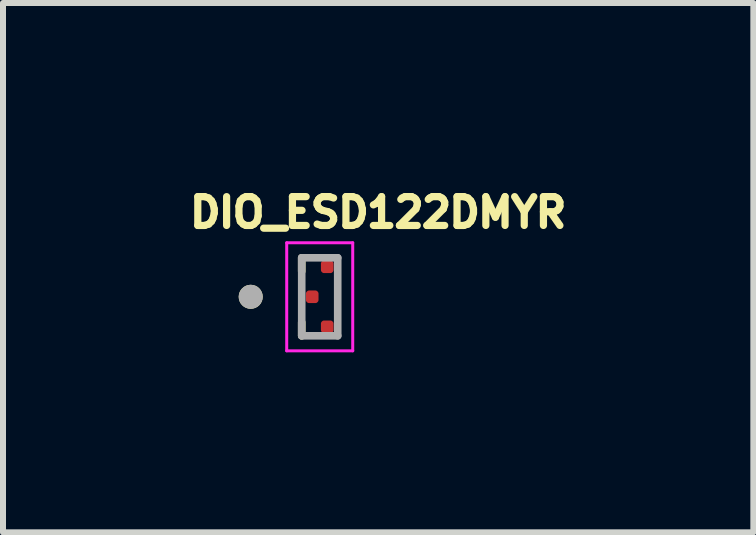
<source format=kicad_pcb>
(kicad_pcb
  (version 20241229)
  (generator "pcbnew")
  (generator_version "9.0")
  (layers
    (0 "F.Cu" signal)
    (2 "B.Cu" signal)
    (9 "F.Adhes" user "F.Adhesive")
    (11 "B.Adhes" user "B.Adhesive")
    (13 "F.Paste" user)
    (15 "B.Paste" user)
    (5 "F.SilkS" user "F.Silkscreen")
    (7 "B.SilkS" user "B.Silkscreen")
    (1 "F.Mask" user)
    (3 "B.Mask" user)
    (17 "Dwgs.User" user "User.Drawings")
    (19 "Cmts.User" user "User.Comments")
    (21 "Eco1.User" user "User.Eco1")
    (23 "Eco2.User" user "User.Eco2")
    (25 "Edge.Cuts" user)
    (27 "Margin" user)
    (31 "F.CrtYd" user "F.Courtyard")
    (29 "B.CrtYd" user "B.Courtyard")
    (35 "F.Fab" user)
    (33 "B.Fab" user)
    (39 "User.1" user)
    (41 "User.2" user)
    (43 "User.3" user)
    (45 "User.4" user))
  (footprint "DIO_ESD122DMYR"
    (layer "F.Cu")
    (at 2.278 1.896)
    (property "Reference" "DIO_ESD122DMYR" (at 0.974 -1.405 0) (layer "F.SilkS") (effects (font (size 0.48 0.48) (thickness 0.12))))
    (attr smd)
    (fp_poly (pts (xy -0.1 0.05) (xy -0.15 0.05) (xy -0.151 0.05) (xy -0.153 0.05) (xy -0.154 0.05) (xy -0.155 0.049) (xy -0.156 0.049) (xy -0.158 0.049) (xy -0.159 0.048) (xy -0.16 0.048) (xy -0.161 0.047) (xy -0.162 0.047) (xy -0.164 0.046) (xy -0.165 0.045) (xy -0.166 0.044) (xy -0.167 0.044) (xy -0.168 0.043) (xy -0.169 0.042) (xy -0.169 0.041) (xy -0.17 0.04) (xy -0.171 0.039) (xy -0.172 0.038) (xy -0.172 0.036) (xy -0.173 0.035) (xy -0.173 0.034) (xy -0.174 0.033) (xy -0.174 0.031) (xy -0.174 0.03) (xy -0.175 0.029) (xy -0.175 0.028) (xy -0.175 0.026) (xy -0.175 0.025) (xy -0.175 -0.025) (xy -0.175 -0.026) (xy -0.175 -0.028) (xy -0.175 -0.029) (xy -0.174 -0.03) (xy -0.174 -0.031) (xy -0.174 -0.033) (xy -0.173 -0.034) (xy -0.173 -0.035) (xy -0.172 -0.036) (xy -0.172 -0.038) (xy -0.171 -0.039) (xy -0.17 -0.04) (xy -0.169 -0.041) (xy -0.169 -0.042) (xy -0.168 -0.043) (xy -0.167 -0.044) (xy -0.166 -0.044) (xy -0.165 -0.045) (xy -0.164 -0.046) (xy -0.162 -0.047) (xy -0.161 -0.047) (xy -0.16 -0.048) (xy -0.159 -0.048) (xy -0.158 -0.049) (xy -0.156 -0.049) (xy -0.155 -0.049) (xy -0.154 -0.05) (xy -0.153 -0.05) (xy -0.151 -0.05) (xy -0.15 -0.05) (xy -0.1 -0.05) (xy -0.099 -0.05) (xy -0.097 -0.05) (xy -0.096 -0.05) (xy -0.095 -0.049) (xy -0.094 -0.049) (xy -0.092 -0.049) (xy -0.091 -0.048) (xy -0.09 -0.048) (xy -0.089 -0.047) (xy -0.087 -0.047) (xy -0.086 -0.046) (xy -0.085 -0.045) (xy -0.084 -0.044) (xy -0.083 -0.044) (xy -0.082 -0.043) (xy -0.081 -0.042) (xy -0.081 -0.041) (xy -0.08 -0.04) (xy -0.079 -0.039) (xy -0.078 -0.037) (xy -0.078 -0.036) (xy -0.077 -0.035) (xy -0.077 -0.034) (xy -0.076 -0.033) (xy -0.076 -0.031) (xy -0.076 -0.03) (xy -0.075 -0.029) (xy -0.075 -0.028) (xy -0.075 -0.026) (xy -0.075 -0.025) (xy -0.075 0.025) (xy -0.075 0.026) (xy -0.075 0.028) (xy -0.075 0.029) (xy -0.076 0.03) (xy -0.076 0.031) (xy -0.076 0.033) (xy -0.077 0.034) (xy -0.077 0.035) (xy -0.078 0.036) (xy -0.078 0.037) (xy -0.079 0.039) (xy -0.08 0.04) (xy -0.081 0.041) (xy -0.081 0.042) (xy -0.082 0.043) (xy -0.083 0.044) (xy -0.084 0.044) (xy -0.085 0.045) (xy -0.086 0.046) (xy -0.087 0.047) (xy -0.089 0.047) (xy -0.09 0.048) (xy -0.091 0.048) (xy -0.092 0.049) (xy -0.094 0.049) (xy -0.095 0.049) (xy -0.096 0.05) (xy -0.097 0.05) (xy -0.099 0.05) (xy -0.1 0.05)) (stroke (width 0.01) (type solid)) (fill yes) (layer "F.Mask"))
    (fp_poly (pts (xy 0.15 -0.45) (xy 0.1 -0.45) (xy 0.099 -0.45) (xy 0.097 -0.45) (xy 0.096 -0.45) (xy 0.095 -0.451) (xy 0.094 -0.451) (xy 0.092 -0.451) (xy 0.091 -0.452) (xy 0.09 -0.452) (xy 0.089 -0.453) (xy 0.087 -0.453) (xy 0.086 -0.454) (xy 0.085 -0.455) (xy 0.084 -0.456) (xy 0.083 -0.456) (xy 0.082 -0.457) (xy 0.081 -0.458) (xy 0.081 -0.459) (xy 0.08 -0.46) (xy 0.079 -0.461) (xy 0.078 -0.463) (xy 0.078 -0.464) (xy 0.077 -0.465) (xy 0.077 -0.466) (xy 0.076 -0.467) (xy 0.076 -0.469) (xy 0.076 -0.47) (xy 0.075 -0.471) (xy 0.075 -0.472) (xy 0.075 -0.474) (xy 0.075 -0.475) (xy 0.075 -0.525) (xy 0.075 -0.526) (xy 0.075 -0.528) (xy 0.075 -0.529) (xy 0.076 -0.53) (xy 0.076 -0.531) (xy 0.076 -0.533) (xy 0.077 -0.534) (xy 0.077 -0.535) (xy 0.078 -0.536) (xy 0.078 -0.538) (xy 0.079 -0.539) (xy 0.08 -0.54) (xy 0.081 -0.541) (xy 0.081 -0.542) (xy 0.082 -0.543) (xy 0.083 -0.544) (xy 0.084 -0.544) (xy 0.085 -0.545) (xy 0.086 -0.546) (xy 0.088 -0.547) (xy 0.089 -0.547) (xy 0.09 -0.548) (xy 0.091 -0.548) (xy 0.092 -0.549) (xy 0.094 -0.549) (xy 0.095 -0.549) (xy 0.096 -0.55) (xy 0.097 -0.55) (xy 0.099 -0.55) (xy 0.1 -0.55) (xy 0.15 -0.55) (xy 0.151 -0.55) (xy 0.153 -0.55) (xy 0.154 -0.55) (xy 0.155 -0.549) (xy 0.156 -0.549) (xy 0.158 -0.549) (xy 0.159 -0.548) (xy 0.16 -0.548) (xy 0.161 -0.547) (xy 0.162 -0.547) (xy 0.164 -0.546) (xy 0.165 -0.545) (xy 0.166 -0.544) (xy 0.167 -0.544) (xy 0.168 -0.543) (xy 0.169 -0.542) (xy 0.169 -0.541) (xy 0.17 -0.54) (xy 0.171 -0.539) (xy 0.172 -0.538) (xy 0.172 -0.536) (xy 0.173 -0.535) (xy 0.173 -0.534) (xy 0.174 -0.533) (xy 0.174 -0.531) (xy 0.174 -0.53) (xy 0.175 -0.529) (xy 0.175 -0.528) (xy 0.175 -0.526) (xy 0.175 -0.525) (xy 0.175 -0.475) (xy 0.175 -0.474) (xy 0.175 -0.472) (xy 0.175 -0.471) (xy 0.174 -0.47) (xy 0.174 -0.469) (xy 0.174 -0.467) (xy 0.173 -0.466) (xy 0.173 -0.465) (xy 0.172 -0.464) (xy 0.172 -0.463) (xy 0.171 -0.461) (xy 0.17 -0.46) (xy 0.169 -0.459) (xy 0.169 -0.458) (xy 0.168 -0.457) (xy 0.167 -0.456) (xy 0.166 -0.456) (xy 0.165 -0.455) (xy 0.164 -0.454) (xy 0.162 -0.453) (xy 0.161 -0.453) (xy 0.16 -0.452) (xy 0.159 -0.452) (xy 0.158 -0.451) (xy 0.156 -0.451) (xy 0.155 -0.451) (xy 0.154 -0.45) (xy 0.153 -0.45) (xy 0.151 -0.45) (xy 0.15 -0.45)) (stroke (width 0.01) (type solid)) (fill yes) (layer "F.Mask"))
    (fp_poly (pts (xy 0.15 0.55) (xy 0.1 0.55) (xy 0.099 0.55) (xy 0.097 0.55) (xy 0.096 0.55) (xy 0.095 0.549) (xy 0.094 0.549) (xy 0.092 0.549) (xy 0.091 0.548) (xy 0.09 0.548) (xy 0.089 0.547) (xy 0.087 0.547) (xy 0.086 0.546) (xy 0.085 0.545) (xy 0.084 0.544) (xy 0.083 0.544) (xy 0.082 0.543) (xy 0.081 0.542) (xy 0.081 0.541) (xy 0.08 0.54) (xy 0.079 0.539) (xy 0.078 0.538) (xy 0.078 0.536) (xy 0.077 0.535) (xy 0.077 0.534) (xy 0.076 0.533) (xy 0.076 0.531) (xy 0.076 0.53) (xy 0.075 0.529) (xy 0.075 0.528) (xy 0.075 0.526) (xy 0.075 0.525) (xy 0.075 0.475) (xy 0.075 0.474) (xy 0.075 0.472) (xy 0.075 0.471) (xy 0.076 0.47) (xy 0.076 0.469) (xy 0.076 0.467) (xy 0.077 0.466) (xy 0.077 0.465) (xy 0.078 0.464) (xy 0.078 0.463) (xy 0.079 0.461) (xy 0.08 0.46) (xy 0.081 0.459) (xy 0.081 0.458) (xy 0.082 0.457) (xy 0.083 0.456) (xy 0.084 0.456) (xy 0.085 0.455) (xy 0.086 0.454) (xy 0.087 0.453) (xy 0.089 0.453) (xy 0.09 0.452) (xy 0.091 0.452) (xy 0.092 0.451) (xy 0.094 0.451) (xy 0.095 0.451) (xy 0.096 0.45) (xy 0.097 0.45) (xy 0.099 0.45) (xy 0.1 0.45) (xy 0.15 0.45) (xy 0.151 0.45) (xy 0.153 0.45) (xy 0.154 0.45) (xy 0.155 0.451) (xy 0.156 0.451) (xy 0.158 0.451) (xy 0.159 0.452) (xy 0.16 0.452) (xy 0.161 0.453) (xy 0.162 0.453) (xy 0.164 0.454) (xy 0.165 0.455) (xy 0.166 0.456) (xy 0.167 0.456) (xy 0.168 0.457) (xy 0.169 0.458) (xy 0.169 0.459) (xy 0.17 0.46) (xy 0.171 0.461) (xy 0.172 0.463) (xy 0.172 0.464) (xy 0.173 0.465) (xy 0.173 0.466) (xy 0.174 0.467) (xy 0.174 0.469) (xy 0.174 0.47) (xy 0.175 0.471) (xy 0.175 0.472) (xy 0.175 0.474) (xy 0.175 0.475) (xy 0.175 0.525) (xy 0.175 0.526) (xy 0.175 0.528) (xy 0.175 0.529) (xy 0.174 0.53) (xy 0.174 0.531) (xy 0.174 0.533) (xy 0.173 0.534) (xy 0.173 0.535) (xy 0.172 0.536) (xy 0.172 0.538) (xy 0.171 0.539) (xy 0.17 0.54) (xy 0.169 0.541) (xy 0.169 0.542) (xy 0.168 0.543) (xy 0.167 0.544) (xy 0.166 0.544) (xy 0.165 0.545) (xy 0.164 0.546) (xy 0.162 0.547) (xy 0.161 0.547) (xy 0.16 0.548) (xy 0.159 0.548) (xy 0.158 0.549) (xy 0.156 0.549) (xy 0.155 0.549) (xy 0.154 0.55) (xy 0.153 0.55) (xy 0.151 0.55) (xy 0.15 0.55)) (stroke (width 0.01) (type solid)) (fill yes) (layer "F.Mask"))
    (fp_line (start -0.3 -0.425) (end -0.3 -0.65) (stroke (width 0.127) (type solid)) (layer "F.SilkS"))
    (fp_line (start -0.3 0.65) (end -0.3 0.425) (stroke (width 0.127) (type solid)) (layer "F.SilkS"))
    (fp_circle (center -1.15 0) (end -1.05 0) (stroke (width 0.2) (type solid)) (fill no) (layer "F.SilkS"))
    (fp_poly (pts (xy -0.07 0.105) (xy -0.18 0.105) (xy -0.183 0.105) (xy -0.185 0.105) (xy -0.188 0.104) (xy -0.19 0.104) (xy -0.193 0.103) (xy -0.195 0.103) (xy -0.198 0.102) (xy -0.2 0.101) (xy -0.203 0.1) (xy -0.205 0.098) (xy -0.207 0.097) (xy -0.209 0.095) (xy -0.211 0.094) (xy -0.213 0.092) (xy -0.215 0.09) (xy -0.217 0.088) (xy -0.219 0.086) (xy -0.22 0.084) (xy -0.222 0.082) (xy -0.223 0.08) (xy -0.225 0.078) (xy -0.226 0.075) (xy -0.227 0.073) (xy -0.228 0.07) (xy -0.228 0.068) (xy -0.229 0.065) (xy -0.229 0.063) (xy -0.23 0.06) (xy -0.23 0.058) (xy -0.23 0.055) (xy -0.23 -0.055) (xy -0.23 -0.058) (xy -0.23 -0.06) (xy -0.229 -0.063) (xy -0.229 -0.065) (xy -0.228 -0.068) (xy -0.228 -0.07) (xy -0.227 -0.073) (xy -0.226 -0.075) (xy -0.225 -0.078) (xy -0.223 -0.08) (xy -0.222 -0.082) (xy -0.22 -0.084) (xy -0.219 -0.086) (xy -0.217 -0.088) (xy -0.215 -0.09) (xy -0.213 -0.092) (xy -0.211 -0.094) (xy -0.209 -0.095) (xy -0.207 -0.097) (xy -0.205 -0.098) (xy -0.203 -0.1) (xy -0.2 -0.101) (xy -0.198 -0.102) (xy -0.195 -0.103) (xy -0.193 -0.103) (xy -0.19 -0.104) (xy -0.188 -0.104) (xy -0.185 -0.105) (xy -0.183 -0.105) (xy -0.18 -0.105) (xy -0.07 -0.105) (xy -0.067 -0.105) (xy -0.065 -0.105) (xy -0.062 -0.104) (xy -0.06 -0.104) (xy -0.057 -0.103) (xy -0.055 -0.103) (xy -0.052 -0.102) (xy -0.05 -0.101) (xy -0.047 -0.1) (xy -0.045 -0.098) (xy -0.043 -0.097) (xy -0.041 -0.095) (xy -0.039 -0.094) (xy -0.037 -0.092) (xy -0.035 -0.09) (xy -0.033 -0.088) (xy -0.031 -0.086) (xy -0.03 -0.084) (xy -0.028 -0.082) (xy -0.027 -0.08) (xy -0.025 -0.078) (xy -0.024 -0.075) (xy -0.023 -0.073) (xy -0.022 -0.07) (xy -0.022 -0.068) (xy -0.021 -0.065) (xy -0.021 -0.063) (xy -0.02 -0.06) (xy -0.02 -0.058) (xy -0.02 -0.055) (xy -0.02 0.055) (xy -0.02 0.058) (xy -0.02 0.06) (xy -0.021 0.063) (xy -0.021 0.065) (xy -0.022 0.068) (xy -0.022 0.07) (xy -0.023 0.073) (xy -0.024 0.075) (xy -0.025 0.078) (xy -0.027 0.08) (xy -0.028 0.082) (xy -0.03 0.084) (xy -0.031 0.086) (xy -0.033 0.088) (xy -0.035 0.09) (xy -0.037 0.092) (xy -0.039 0.094) (xy -0.041 0.095) (xy -0.043 0.097) (xy -0.045 0.098) (xy -0.047 0.1) (xy -0.05 0.101) (xy -0.052 0.102) (xy -0.055 0.103) (xy -0.057 0.103) (xy -0.06 0.104) (xy -0.062 0.104) (xy -0.065 0.105) (xy -0.067 0.105) (xy -0.07 0.105)) (stroke (width 0.01) (type solid)) (fill yes) (layer "F.Paste"))
    (fp_poly (pts (xy 0.18 -0.395) (xy 0.07 -0.395) (xy 0.067 -0.395) (xy 0.065 -0.395) (xy 0.062 -0.396) (xy 0.06 -0.396) (xy 0.057 -0.397) (xy 0.055 -0.397) (xy 0.052 -0.398) (xy 0.05 -0.399) (xy 0.047 -0.4) (xy 0.045 -0.402) (xy 0.043 -0.403) (xy 0.041 -0.405) (xy 0.039 -0.406) (xy 0.037 -0.408) (xy 0.035 -0.41) (xy 0.033 -0.412) (xy 0.031 -0.414) (xy 0.03 -0.416) (xy 0.028 -0.418) (xy 0.027 -0.42) (xy 0.025 -0.422) (xy 0.024 -0.425) (xy 0.023 -0.427) (xy 0.022 -0.43) (xy 0.022 -0.432) (xy 0.021 -0.435) (xy 0.021 -0.437) (xy 0.02 -0.44) (xy 0.02 -0.442) (xy 0.02 -0.445) (xy 0.02 -0.555) (xy 0.02 -0.558) (xy 0.02 -0.56) (xy 0.021 -0.563) (xy 0.021 -0.565) (xy 0.022 -0.568) (xy 0.022 -0.57) (xy 0.023 -0.573) (xy 0.024 -0.575) (xy 0.025 -0.578) (xy 0.027 -0.58) (xy 0.028 -0.582) (xy 0.03 -0.584) (xy 0.031 -0.586) (xy 0.033 -0.588) (xy 0.035 -0.59) (xy 0.037 -0.592) (xy 0.039 -0.594) (xy 0.041 -0.595) (xy 0.043 -0.597) (xy 0.045 -0.598) (xy 0.047 -0.6) (xy 0.05 -0.601) (xy 0.052 -0.602) (xy 0.055 -0.603) (xy 0.057 -0.603) (xy 0.06 -0.604) (xy 0.062 -0.604) (xy 0.065 -0.605) (xy 0.067 -0.605) (xy 0.07 -0.605) (xy 0.18 -0.605) (xy 0.183 -0.605) (xy 0.185 -0.605) (xy 0.188 -0.604) (xy 0.19 -0.604) (xy 0.193 -0.603) (xy 0.195 -0.603) (xy 0.198 -0.602) (xy 0.2 -0.601) (xy 0.203 -0.6) (xy 0.205 -0.598) (xy 0.207 -0.597) (xy 0.209 -0.595) (xy 0.211 -0.594) (xy 0.213 -0.592) (xy 0.215 -0.59) (xy 0.217 -0.588) (xy 0.219 -0.586) (xy 0.22 -0.584) (xy 0.222 -0.582) (xy 0.223 -0.58) (xy 0.225 -0.578) (xy 0.226 -0.575) (xy 0.227 -0.573) (xy 0.228 -0.57) (xy 0.228 -0.568) (xy 0.229 -0.565) (xy 0.229 -0.563) (xy 0.23 -0.56) (xy 0.23 -0.558) (xy 0.23 -0.555) (xy 0.23 -0.445) (xy 0.23 -0.442) (xy 0.23 -0.44) (xy 0.229 -0.437) (xy 0.229 -0.435) (xy 0.228 -0.432) (xy 0.228 -0.43) (xy 0.227 -0.427) (xy 0.226 -0.425) (xy 0.225 -0.422) (xy 0.223 -0.42) (xy 0.222 -0.418) (xy 0.22 -0.416) (xy 0.219 -0.414) (xy 0.217 -0.412) (xy 0.215 -0.41) (xy 0.213 -0.408) (xy 0.211 -0.406) (xy 0.209 -0.405) (xy 0.207 -0.403) (xy 0.205 -0.402) (xy 0.203 -0.4) (xy 0.2 -0.399) (xy 0.198 -0.398) (xy 0.195 -0.397) (xy 0.193 -0.397) (xy 0.19 -0.396) (xy 0.188 -0.396) (xy 0.185 -0.395) (xy 0.183 -0.395) (xy 0.18 -0.395)) (stroke (width 0.01) (type solid)) (fill yes) (layer "F.Paste"))
    (fp_poly (pts (xy 0.18 0.605) (xy 0.07 0.605) (xy 0.067 0.605) (xy 0.065 0.605) (xy 0.062 0.604) (xy 0.06 0.604) (xy 0.057 0.603) (xy 0.055 0.603) (xy 0.052 0.602) (xy 0.05 0.601) (xy 0.047 0.6) (xy 0.045 0.598) (xy 0.043 0.597) (xy 0.041 0.595) (xy 0.039 0.594) (xy 0.037 0.592) (xy 0.035 0.59) (xy 0.033 0.588) (xy 0.031 0.586) (xy 0.03 0.584) (xy 0.028 0.582) (xy 0.027 0.58) (xy 0.025 0.578) (xy 0.024 0.575) (xy 0.023 0.573) (xy 0.022 0.57) (xy 0.022 0.568) (xy 0.021 0.565) (xy 0.021 0.563) (xy 0.02 0.56) (xy 0.02 0.558) (xy 0.02 0.555) (xy 0.02 0.445) (xy 0.02 0.442) (xy 0.02 0.44) (xy 0.021 0.437) (xy 0.021 0.435) (xy 0.022 0.432) (xy 0.022 0.43) (xy 0.023 0.427) (xy 0.024 0.425) (xy 0.025 0.422) (xy 0.027 0.42) (xy 0.028 0.418) (xy 0.03 0.416) (xy 0.031 0.414) (xy 0.033 0.412) (xy 0.035 0.41) (xy 0.037 0.408) (xy 0.039 0.406) (xy 0.041 0.405) (xy 0.043 0.403) (xy 0.045 0.402) (xy 0.047 0.4) (xy 0.05 0.399) (xy 0.052 0.398) (xy 0.055 0.397) (xy 0.057 0.397) (xy 0.06 0.396) (xy 0.062 0.396) (xy 0.065 0.395) (xy 0.067 0.395) (xy 0.07 0.395) (xy 0.18 0.395) (xy 0.183 0.395) (xy 0.185 0.395) (xy 0.188 0.396) (xy 0.19 0.396) (xy 0.193 0.397) (xy 0.195 0.397) (xy 0.198 0.398) (xy 0.2 0.399) (xy 0.203 0.4) (xy 0.205 0.402) (xy 0.207 0.403) (xy 0.209 0.405) (xy 0.211 0.406) (xy 0.213 0.408) (xy 0.215 0.41) (xy 0.217 0.412) (xy 0.219 0.414) (xy 0.22 0.416) (xy 0.222 0.418) (xy 0.223 0.42) (xy 0.225 0.422) (xy 0.226 0.425) (xy 0.227 0.427) (xy 0.228 0.43) (xy 0.228 0.432) (xy 0.229 0.435) (xy 0.229 0.437) (xy 0.23 0.44) (xy 0.23 0.442) (xy 0.23 0.445) (xy 0.23 0.555) (xy 0.23 0.558) (xy 0.23 0.56) (xy 0.229 0.563) (xy 0.229 0.565) (xy 0.228 0.568) (xy 0.228 0.57) (xy 0.227 0.573) (xy 0.226 0.575) (xy 0.225 0.578) (xy 0.223 0.58) (xy 0.222 0.582) (xy 0.22 0.584) (xy 0.219 0.586) (xy 0.217 0.588) (xy 0.215 0.59) (xy 0.213 0.592) (xy 0.211 0.594) (xy 0.209 0.595) (xy 0.207 0.597) (xy 0.205 0.598) (xy 0.203 0.6) (xy 0.2 0.601) (xy 0.198 0.602) (xy 0.195 0.603) (xy 0.193 0.603) (xy 0.19 0.604) (xy 0.188 0.604) (xy 0.185 0.605) (xy 0.183 0.605) (xy 0.18 0.605)) (stroke (width 0.01) (type solid)) (fill yes) (layer "F.Paste"))
    (fp_line (start -0.55 -0.9) (end -0.55 0.9) (stroke (width 0.05) (type solid)) (layer "F.CrtYd"))
    (fp_line (start -0.55 0.9) (end 0.55 0.9) (stroke (width 0.05) (type solid)) (layer "F.CrtYd"))
    (fp_line (start 0.55 -0.9) (end -0.55 -0.9) (stroke (width 0.05) (type solid)) (layer "F.CrtYd"))
    (fp_line (start 0.55 0.9) (end 0.55 -0.9) (stroke (width 0.05) (type solid)) (layer "F.CrtYd"))
    (fp_line (start -0.3 -0.65) (end 0.3 -0.65) (stroke (width 0.127) (type solid)) (layer "F.Fab"))
    (fp_line (start -0.3 0.65) (end -0.3 -0.65) (stroke (width 0.127) (type solid)) (layer "F.Fab"))
    (fp_line (start -0.3 0.65) (end 0.3 0.65) (stroke (width 0.127) (type solid)) (layer "F.Fab"))
    (fp_line (start 0.3 0.65) (end 0.3 -0.65) (stroke (width 0.127) (type solid)) (layer "F.Fab"))
    (fp_circle (center -1.15 0) (end -1.05 0) (stroke (width 0.2) (type solid)) (fill no) (layer "F.Fab"))
    (pad "1" smd custom (at -0.125 0) (size 0.05 0.05) (layers "F.Cu") (options (anchor rect)) (primitives (gr_poly (pts (xy 0.1 -0.05) (xy 0.1 0.05) (xy 0.1 0.053) (xy 0.1 0.055) (xy 0.099 0.058) (xy 0.099 0.06) (xy 0.098 0.063) (xy 0.098 0.065) (xy 0.097 0.068) (xy 0.096 0.07) (xy 0.095 0.073) (xy 0.093 0.075) (xy 0.092 0.077) (xy 0.09 0.079) (xy 0.089 0.081) (xy 0.087 0.083) (xy 0.085 0.085) (xy 0.083 0.087) (xy 0.081 0.089) (xy 0.079 0.09) (xy 0.077 0.092) (xy 0.075 0.093) (xy 0.073 0.095) (xy 0.07 0.096) (xy 0.068 0.097) (xy 0.065 0.098) (xy 0.063 0.098) (xy 0.06 0.099) (xy 0.058 0.099) (xy 0.055 0.1) (xy 0.053 0.1) (xy 0.05 0.1) (xy -0.05 0.1) (xy -0.053 0.1) (xy -0.055 0.1) (xy -0.058 0.099) (xy -0.06 0.099) (xy -0.063 0.098) (xy -0.065 0.098) (xy -0.068 0.097) (xy -0.07 0.096) (xy -0.073 0.095) (xy -0.075 0.093) (xy -0.077 0.092) (xy -0.079 0.09) (xy -0.081 0.089) (xy -0.083 0.087) (xy -0.085 0.085) (xy -0.087 0.083) (xy -0.089 0.081) (xy -0.09 0.079) (xy -0.092 0.077) (xy -0.093 0.075) (xy -0.095 0.073) (xy -0.096 0.07) (xy -0.097 0.068) (xy -0.098 0.065) (xy -0.098 0.063) (xy -0.099 0.06) (xy -0.099 0.058) (xy -0.1 0.055) (xy -0.1 0.053) (xy -0.1 0.05) (xy -0.1 -0.05) (xy -0.1 -0.053) (xy -0.1 -0.055) (xy -0.099 -0.058) (xy -0.099 -0.06) (xy -0.098 -0.063) (xy -0.098 -0.065) (xy -0.097 -0.068) (xy -0.096 -0.07) (xy -0.095 -0.073) (xy -0.093 -0.075) (xy -0.092 -0.077) (xy -0.09 -0.079) (xy -0.089 -0.081) (xy -0.087 -0.083) (xy -0.085 -0.085) (xy -0.083 -0.087) (xy -0.081 -0.089) (xy -0.079 -0.09) (xy -0.077 -0.092) (xy -0.075 -0.093) (xy -0.073 -0.095) (xy -0.07 -0.096) (xy -0.068 -0.097) (xy -0.065 -0.098) (xy -0.063 -0.098) (xy -0.06 -0.099) (xy -0.058 -0.099) (xy -0.055 -0.1) (xy -0.053 -0.1) (xy -0.05 -0.1) (xy 0.05 -0.1) (xy 0.053 -0.1) (xy 0.055 -0.1) (xy 0.058 -0.099) (xy 0.06 -0.099) (xy 0.063 -0.098) (xy 0.065 -0.098) (xy 0.068 -0.097) (xy 0.07 -0.096) (xy 0.073 -0.095) (xy 0.075 -0.093) (xy 0.077 -0.092) (xy 0.079 -0.09) (xy 0.081 -0.089) (xy 0.083 -0.087) (xy 0.085 -0.085) (xy 0.087 -0.083) (xy 0.089 -0.081) (xy 0.09 -0.079) (xy 0.092 -0.077) (xy 0.093 -0.075) (xy 0.095 -0.073) (xy 0.096 -0.07) (xy 0.097 -0.068) (xy 0.098 -0.065) (xy 0.098 -0.063) (xy 0.099 -0.06) (xy 0.099 -0.058) (xy 0.1 -0.055) (xy 0.1 -0.053) (xy 0.1 -0.05)) (width 0.01) (fill yes))))
    (pad "2" smd custom (at 0.125 0.5) (size 0.05 0.05) (layers "F.Cu") (options (anchor rect)) (primitives (gr_poly (pts (xy 0.1 -0.05) (xy 0.1 0.05) (xy 0.1 0.053) (xy 0.1 0.055) (xy 0.099 0.058) (xy 0.099 0.06) (xy 0.098 0.063) (xy 0.098 0.065) (xy 0.097 0.068) (xy 0.096 0.07) (xy 0.095 0.073) (xy 0.093 0.075) (xy 0.092 0.077) (xy 0.09 0.079) (xy 0.089 0.081) (xy 0.087 0.083) (xy 0.085 0.085) (xy 0.083 0.087) (xy 0.081 0.089) (xy 0.079 0.09) (xy 0.077 0.092) (xy 0.075 0.093) (xy 0.073 0.095) (xy 0.07 0.096) (xy 0.068 0.097) (xy 0.065 0.098) (xy 0.063 0.098) (xy 0.06 0.099) (xy 0.058 0.099) (xy 0.055 0.1) (xy 0.053 0.1) (xy 0.05 0.1) (xy -0.05 0.1) (xy -0.053 0.1) (xy -0.055 0.1) (xy -0.058 0.099) (xy -0.06 0.099) (xy -0.063 0.098) (xy -0.065 0.098) (xy -0.068 0.097) (xy -0.07 0.096) (xy -0.073 0.095) (xy -0.075 0.093) (xy -0.077 0.092) (xy -0.079 0.09) (xy -0.081 0.089) (xy -0.083 0.087) (xy -0.085 0.085) (xy -0.087 0.083) (xy -0.089 0.081) (xy -0.09 0.079) (xy -0.092 0.077) (xy -0.093 0.075) (xy -0.095 0.073) (xy -0.096 0.07) (xy -0.097 0.068) (xy -0.098 0.065) (xy -0.098 0.063) (xy -0.099 0.06) (xy -0.099 0.058) (xy -0.1 0.055) (xy -0.1 0.053) (xy -0.1 0.05) (xy -0.1 -0.05) (xy -0.1 -0.053) (xy -0.1 -0.055) (xy -0.099 -0.058) (xy -0.099 -0.06) (xy -0.098 -0.063) (xy -0.098 -0.065) (xy -0.097 -0.068) (xy -0.096 -0.07) (xy -0.095 -0.073) (xy -0.093 -0.075) (xy -0.092 -0.077) (xy -0.09 -0.079) (xy -0.089 -0.081) (xy -0.087 -0.083) (xy -0.085 -0.085) (xy -0.083 -0.087) (xy -0.081 -0.089) (xy -0.079 -0.09) (xy -0.077 -0.092) (xy -0.075 -0.093) (xy -0.073 -0.095) (xy -0.07 -0.096) (xy -0.068 -0.097) (xy -0.065 -0.098) (xy -0.063 -0.098) (xy -0.06 -0.099) (xy -0.058 -0.099) (xy -0.055 -0.1) (xy -0.053 -0.1) (xy -0.05 -0.1) (xy 0.05 -0.1) (xy 0.053 -0.1) (xy 0.055 -0.1) (xy 0.058 -0.099) (xy 0.06 -0.099) (xy 0.063 -0.098) (xy 0.065 -0.098) (xy 0.068 -0.097) (xy 0.07 -0.096) (xy 0.073 -0.095) (xy 0.075 -0.093) (xy 0.077 -0.092) (xy 0.079 -0.09) (xy 0.081 -0.089) (xy 0.083 -0.087) (xy 0.085 -0.085) (xy 0.087 -0.083) (xy 0.089 -0.081) (xy 0.09 -0.079) (xy 0.092 -0.077) (xy 0.093 -0.075) (xy 0.095 -0.073) (xy 0.096 -0.07) (xy 0.097 -0.068) (xy 0.098 -0.065) (xy 0.098 -0.063) (xy 0.099 -0.06) (xy 0.099 -0.058) (xy 0.1 -0.055) (xy 0.1 -0.053) (xy 0.1 -0.05)) (width 0.01) (fill yes))))
    (pad "3" smd custom (at 0.125 -0.5) (size 0.05 0.05) (layers "F.Cu") (options (anchor rect)) (primitives (gr_poly (pts (xy 0.1 -0.05) (xy 0.1 0.05) (xy 0.1 0.053) (xy 0.1 0.055) (xy 0.099 0.058) (xy 0.099 0.06) (xy 0.098 0.063) (xy 0.098 0.065) (xy 0.097 0.068) (xy 0.096 0.07) (xy 0.095 0.073) (xy 0.093 0.075) (xy 0.092 0.077) (xy 0.09 0.079) (xy 0.089 0.081) (xy 0.087 0.083) (xy 0.085 0.085) (xy 0.083 0.087) (xy 0.081 0.089) (xy 0.079 0.09) (xy 0.077 0.092) (xy 0.075 0.093) (xy 0.073 0.095) (xy 0.07 0.096) (xy 0.068 0.097) (xy 0.065 0.098) (xy 0.063 0.098) (xy 0.06 0.099) (xy 0.058 0.099) (xy 0.055 0.1) (xy 0.053 0.1) (xy 0.05 0.1) (xy -0.05 0.1) (xy -0.053 0.1) (xy -0.055 0.1) (xy -0.058 0.099) (xy -0.06 0.099) (xy -0.063 0.098) (xy -0.065 0.098) (xy -0.068 0.097) (xy -0.07 0.096) (xy -0.073 0.095) (xy -0.075 0.093) (xy -0.077 0.092) (xy -0.079 0.09) (xy -0.081 0.089) (xy -0.083 0.087) (xy -0.085 0.085) (xy -0.087 0.083) (xy -0.089 0.081) (xy -0.09 0.079) (xy -0.092 0.077) (xy -0.093 0.075) (xy -0.095 0.073) (xy -0.096 0.07) (xy -0.097 0.068) (xy -0.098 0.065) (xy -0.098 0.063) (xy -0.099 0.06) (xy -0.099 0.058) (xy -0.1 0.055) (xy -0.1 0.053) (xy -0.1 0.05) (xy -0.1 -0.05) (xy -0.1 -0.053) (xy -0.1 -0.055) (xy -0.099 -0.058) (xy -0.099 -0.06) (xy -0.098 -0.063) (xy -0.098 -0.065) (xy -0.097 -0.068) (xy -0.096 -0.07) (xy -0.095 -0.073) (xy -0.093 -0.075) (xy -0.092 -0.077) (xy -0.09 -0.079) (xy -0.089 -0.081) (xy -0.087 -0.083) (xy -0.085 -0.085) (xy -0.083 -0.087) (xy -0.081 -0.089) (xy -0.079 -0.09) (xy -0.077 -0.092) (xy -0.075 -0.093) (xy -0.073 -0.095) (xy -0.07 -0.096) (xy -0.068 -0.097) (xy -0.065 -0.098) (xy -0.063 -0.098) (xy -0.06 -0.099) (xy -0.058 -0.099) (xy -0.055 -0.1) (xy -0.053 -0.1) (xy -0.05 -0.1) (xy 0.05 -0.1) (xy 0.053 -0.1) (xy 0.055 -0.1) (xy 0.058 -0.099) (xy 0.06 -0.099) (xy 0.063 -0.098) (xy 0.065 -0.098) (xy 0.068 -0.097) (xy 0.07 -0.096) (xy 0.073 -0.095) (xy 0.075 -0.093) (xy 0.077 -0.092) (xy 0.079 -0.09) (xy 0.081 -0.089) (xy 0.083 -0.087) (xy 0.085 -0.085) (xy 0.087 -0.083) (xy 0.089 -0.081) (xy 0.09 -0.079) (xy 0.092 -0.077) (xy 0.093 -0.075) (xy 0.095 -0.073) (xy 0.096 -0.07) (xy 0.097 -0.068) (xy 0.098 -0.065) (xy 0.098 -0.063) (xy 0.099 -0.06) (xy 0.099 -0.058) (xy 0.1 -0.055) (xy 0.1 -0.053) (xy 0.1 -0.05)) (width 0.01) (fill yes)))))
  (gr_rect
    (start -3 -3)
    (end 9.504 5.821)
    (stroke (width 0.1) (type default))
    (fill no)
    (layer "Edge.Cuts")))
</source>
